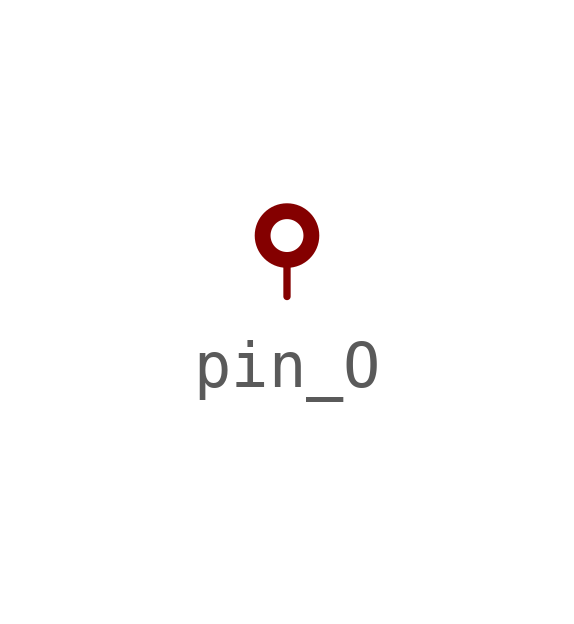
<source format=kicad_sym>
(kicad_symbol_lib
  (version 20211014)
  (generator kicad_symbol_editor)
  (symbol "pin_O"
    (property "Reference" "U"
      (at 7.62 3.81 0)
      (effects (font (size 1.27 1.27)) hide))
    (symbol "pin_O_0_0"
      (circle (center 0 0) (radius 0.508) (stroke (width 0.33) (type default) (color 0 0 0 0)) (fill (type none))))
    (symbol "pin_O_1_1"
      (pin bidirectional line (at 0 -1.27 90) (length 0.63) (name "" (effects (font (size 1.27 1.27)))) (number "" (effects (font (size 1.27 1.27))))))))
</source>
